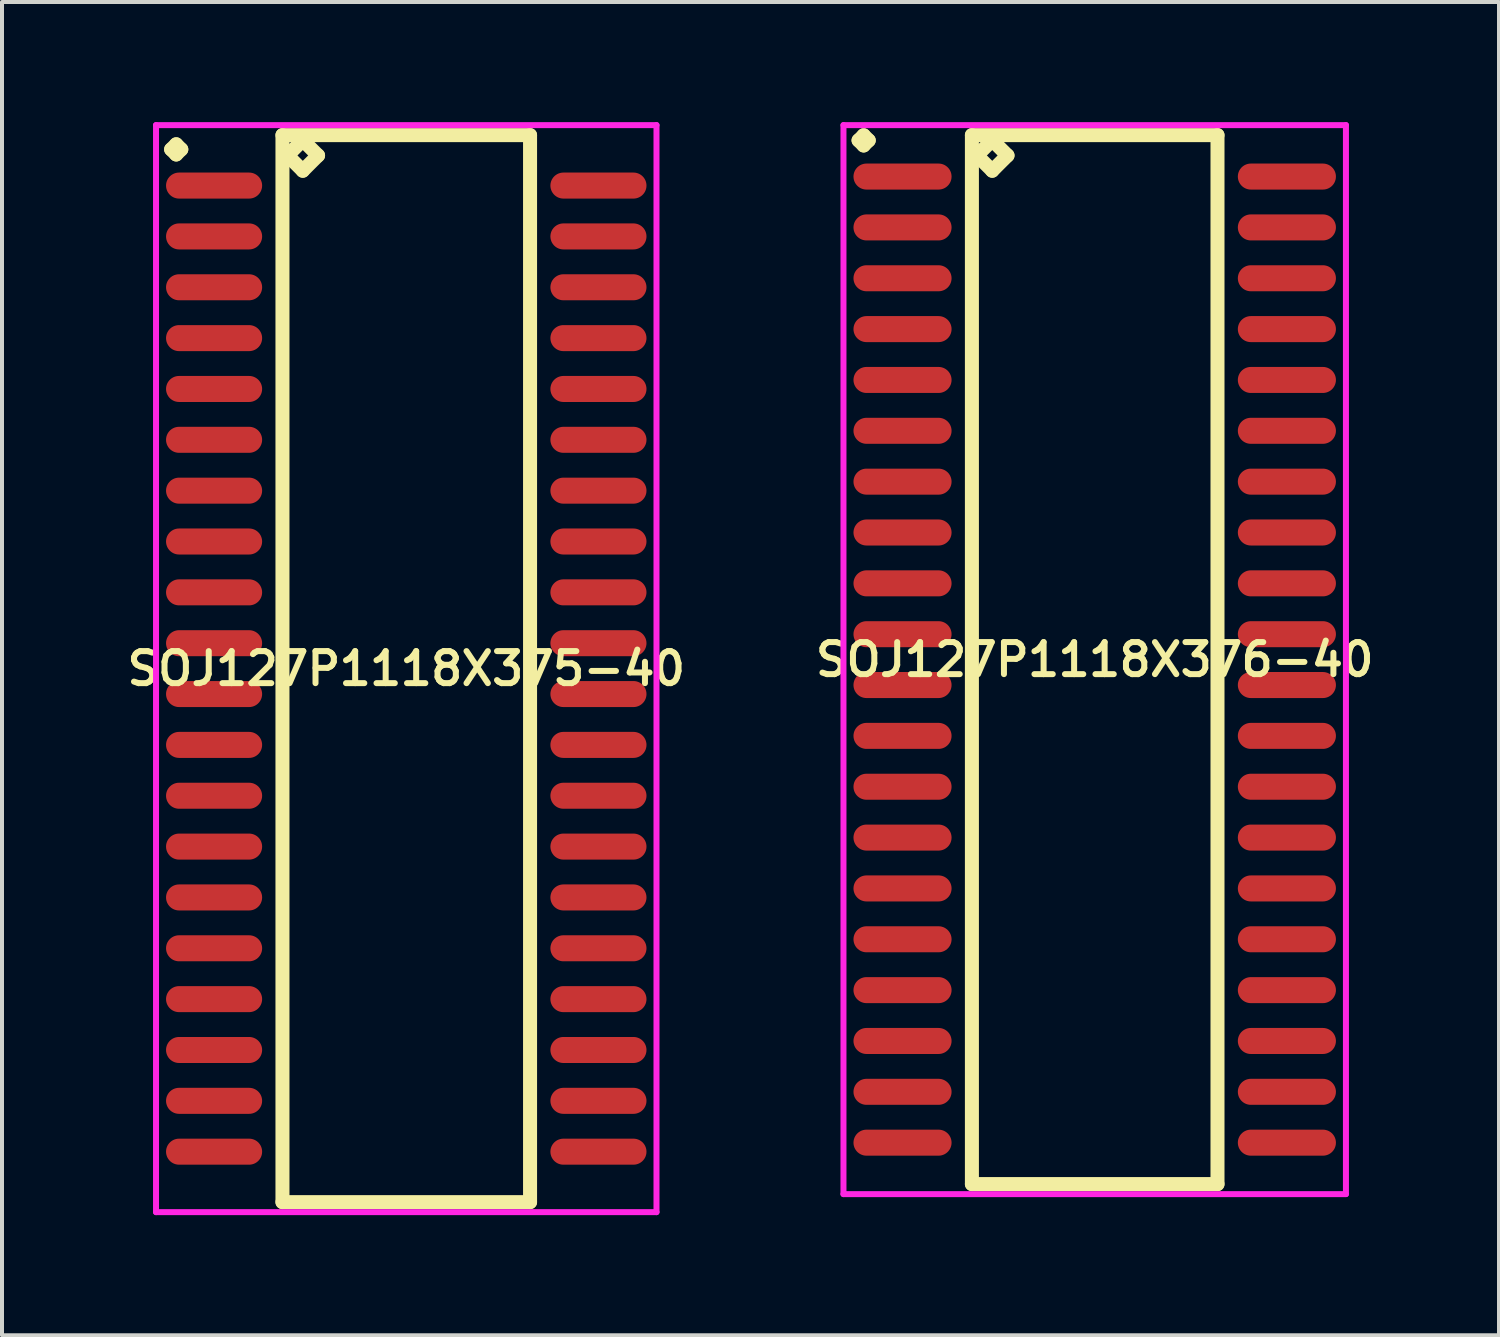
<source format=kicad_pcb>
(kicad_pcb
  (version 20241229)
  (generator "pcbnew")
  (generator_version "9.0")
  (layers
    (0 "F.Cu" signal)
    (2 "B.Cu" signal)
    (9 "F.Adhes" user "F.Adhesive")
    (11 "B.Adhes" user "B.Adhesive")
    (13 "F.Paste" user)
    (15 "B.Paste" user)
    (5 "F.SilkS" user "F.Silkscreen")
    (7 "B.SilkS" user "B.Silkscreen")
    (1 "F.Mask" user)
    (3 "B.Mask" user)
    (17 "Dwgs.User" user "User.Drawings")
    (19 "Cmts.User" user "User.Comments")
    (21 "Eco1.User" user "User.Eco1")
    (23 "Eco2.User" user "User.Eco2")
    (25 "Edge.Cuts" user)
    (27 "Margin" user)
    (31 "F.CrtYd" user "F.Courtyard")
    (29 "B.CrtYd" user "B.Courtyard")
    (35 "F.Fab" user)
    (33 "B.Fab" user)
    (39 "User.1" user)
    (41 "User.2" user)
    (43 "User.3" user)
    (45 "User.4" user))
  (footprint "SOJ127P1118X376-40"
    (layer "F.Cu")
    (at 24.292 13.425)
    (property "Reference" "SOJ127P1118X376-40" (at 0 0 0) (layer "F.SilkS") (effects (font (size 0.8 0.8) (thickness 0.15))))
    (attr smd)
    (fp_line (start -5.898 -12.969) (end -5.771 -13.096) (stroke (width 0.35) (type solid)) (layer "F.SilkS"))
    (fp_line (start -5.771 -13.096) (end -5.644 -12.969) (stroke (width 0.35) (type solid)) (layer "F.SilkS"))
    (fp_line (start -5.771 -12.842) (end -5.898 -12.969) (stroke (width 0.35) (type solid)) (layer "F.SilkS"))
    (fp_line (start -5.644 -12.969) (end -5.771 -12.842) (stroke (width 0.35) (type solid)) (layer "F.SilkS"))
    (fp_line (start -3.067 -13.1) (end -3.067 13.1) (stroke (width 0.35) (type solid)) (layer "F.SilkS"))
    (fp_line (start -3.067 13.1) (end 3.067 13.1) (stroke (width 0.35) (type solid)) (layer "F.SilkS"))
    (fp_line (start -2.94 -12.592) (end -2.559 -12.973) (stroke (width 0.35) (type solid)) (layer "F.SilkS"))
    (fp_line (start -2.559 -12.973) (end -2.178 -12.592) (stroke (width 0.35) (type solid)) (layer "F.SilkS"))
    (fp_line (start -2.559 -12.211) (end -2.94 -12.592) (stroke (width 0.35) (type solid)) (layer "F.SilkS"))
    (fp_line (start -2.178 -12.592) (end -2.559 -12.211) (stroke (width 0.35) (type solid)) (layer "F.SilkS"))
    (fp_line (start 3.067 -13.1) (end -3.067 -13.1) (stroke (width 0.35) (type solid)) (layer "F.SilkS"))
    (fp_line (start 3.067 13.1) (end 3.067 -13.1) (stroke (width 0.35) (type solid)) (layer "F.SilkS"))
    (fp_line (start -6.275 -13.35) (end 6.275 -13.35) (stroke (width 0.15) (type solid)) (layer "F.CrtYd"))
    (fp_line (start -6.275 13.35) (end -6.275 -13.35) (stroke (width 0.15) (type solid)) (layer "F.CrtYd"))
    (fp_line (start 6.275 -13.35) (end 6.275 13.35) (stroke (width 0.15) (type solid)) (layer "F.CrtYd"))
    (fp_line (start 6.275 13.35) (end -6.275 13.35) (stroke (width 0.15) (type solid)) (layer "F.CrtYd"))
    (pad "1" smd oval (at -4.8 -12.065) (size 2.45 0.65) (layers "F.Cu" "F.Mask" "F.Paste"))
    (pad "2" smd oval (at -4.8 -10.795) (size 2.45 0.65) (layers "F.Cu" "F.Mask" "F.Paste"))
    (pad "3" smd oval (at -4.8 -9.525) (size 2.45 0.65) (layers "F.Cu" "F.Mask" "F.Paste"))
    (pad "4" smd oval (at -4.8 -8.255) (size 2.45 0.65) (layers "F.Cu" "F.Mask" "F.Paste"))
    (pad "5" smd oval (at -4.8 -6.985) (size 2.45 0.65) (layers "F.Cu" "F.Mask" "F.Paste"))
    (pad "6" smd oval (at -4.8 -5.715) (size 2.45 0.65) (layers "F.Cu" "F.Mask" "F.Paste"))
    (pad "7" smd oval (at -4.8 -4.445) (size 2.45 0.65) (layers "F.Cu" "F.Mask" "F.Paste"))
    (pad "8" smd oval (at -4.8 -3.175) (size 2.45 0.65) (layers "F.Cu" "F.Mask" "F.Paste"))
    (pad "9" smd oval (at -4.8 -1.905) (size 2.45 0.65) (layers "F.Cu" "F.Mask" "F.Paste"))
    (pad "10" smd oval (at -4.8 -0.635) (size 2.45 0.65) (layers "F.Cu" "F.Mask" "F.Paste"))
    (pad "11" smd oval (at -4.8 0.635) (size 2.45 0.65) (layers "F.Cu" "F.Mask" "F.Paste"))
    (pad "12" smd oval (at -4.8 1.905) (size 2.45 0.65) (layers "F.Cu" "F.Mask" "F.Paste"))
    (pad "13" smd oval (at -4.8 3.175) (size 2.45 0.65) (layers "F.Cu" "F.Mask" "F.Paste"))
    (pad "14" smd oval (at -4.8 4.445) (size 2.45 0.65) (layers "F.Cu" "F.Mask" "F.Paste"))
    (pad "15" smd oval (at -4.8 5.715) (size 2.45 0.65) (layers "F.Cu" "F.Mask" "F.Paste"))
    (pad "16" smd oval (at -4.8 6.985) (size 2.45 0.65) (layers "F.Cu" "F.Mask" "F.Paste"))
    (pad "17" smd oval (at -4.8 8.255) (size 2.45 0.65) (layers "F.Cu" "F.Mask" "F.Paste"))
    (pad "18" smd oval (at -4.8 9.525) (size 2.45 0.65) (layers "F.Cu" "F.Mask" "F.Paste"))
    (pad "19" smd oval (at -4.8 10.795) (size 2.45 0.65) (layers "F.Cu" "F.Mask" "F.Paste"))
    (pad "20" smd oval (at -4.8 12.065) (size 2.45 0.65) (layers "F.Cu" "F.Mask" "F.Paste"))
    (pad "21" smd oval (at 4.8 12.065) (size 2.45 0.65) (layers "F.Cu" "F.Mask" "F.Paste"))
    (pad "22" smd oval (at 4.8 10.795) (size 2.45 0.65) (layers "F.Cu" "F.Mask" "F.Paste"))
    (pad "23" smd oval (at 4.8 9.525) (size 2.45 0.65) (layers "F.Cu" "F.Mask" "F.Paste"))
    (pad "24" smd oval (at 4.8 8.255) (size 2.45 0.65) (layers "F.Cu" "F.Mask" "F.Paste"))
    (pad "25" smd oval (at 4.8 6.985) (size 2.45 0.65) (layers "F.Cu" "F.Mask" "F.Paste"))
    (pad "26" smd oval (at 4.8 5.715) (size 2.45 0.65) (layers "F.Cu" "F.Mask" "F.Paste"))
    (pad "27" smd oval (at 4.8 4.445) (size 2.45 0.65) (layers "F.Cu" "F.Mask" "F.Paste"))
    (pad "28" smd oval (at 4.8 3.175) (size 2.45 0.65) (layers "F.Cu" "F.Mask" "F.Paste"))
    (pad "29" smd oval (at 4.8 1.905) (size 2.45 0.65) (layers "F.Cu" "F.Mask" "F.Paste"))
    (pad "30" smd oval (at 4.8 0.635) (size 2.45 0.65) (layers "F.Cu" "F.Mask" "F.Paste"))
    (pad "31" smd oval (at 4.8 -0.635) (size 2.45 0.65) (layers "F.Cu" "F.Mask" "F.Paste"))
    (pad "32" smd oval (at 4.8 -1.905) (size 2.45 0.65) (layers "F.Cu" "F.Mask" "F.Paste"))
    (pad "33" smd oval (at 4.8 -3.175) (size 2.45 0.65) (layers "F.Cu" "F.Mask" "F.Paste"))
    (pad "34" smd oval (at 4.8 -4.445) (size 2.45 0.65) (layers "F.Cu" "F.Mask" "F.Paste"))
    (pad "35" smd oval (at 4.8 -5.715) (size 2.45 0.65) (layers "F.Cu" "F.Mask" "F.Paste"))
    (pad "36" smd oval (at 4.8 -6.985) (size 2.45 0.65) (layers "F.Cu" "F.Mask" "F.Paste"))
    (pad "37" smd oval (at 4.8 -8.255) (size 2.45 0.65) (layers "F.Cu" "F.Mask" "F.Paste"))
    (pad "38" smd oval (at 4.8 -9.525) (size 2.45 0.65) (layers "F.Cu" "F.Mask" "F.Paste"))
    (pad "39" smd oval (at 4.8 -10.795) (size 2.45 0.65) (layers "F.Cu" "F.Mask" "F.Paste"))
    (pad "40" smd oval (at 4.8 -12.065) (size 2.45 0.65) (layers "F.Cu" "F.Mask" "F.Paste")))
  (footprint "SOJ127P1118X375-40"
    (layer "F.Cu")
    (at 7.097 13.65)
    (property "Reference" "SOJ127P1118X375-40" (at 0 0 0) (layer "F.SilkS") (effects (font (size 0.8 0.8) (thickness 0.15))))
    (attr smd)
    (fp_line (start -5.873 -12.969) (end -5.746 -13.096) (stroke (width 0.35) (type solid)) (layer "F.SilkS"))
    (fp_line (start -5.746 -13.096) (end -5.619 -12.969) (stroke (width 0.35) (type solid)) (layer "F.SilkS"))
    (fp_line (start -5.746 -12.842) (end -5.873 -12.969) (stroke (width 0.35) (type solid)) (layer "F.SilkS"))
    (fp_line (start -5.619 -12.969) (end -5.746 -12.842) (stroke (width 0.35) (type solid)) (layer "F.SilkS"))
    (fp_line (start -3.092 -13.325) (end -3.092 13.325) (stroke (width 0.35) (type solid)) (layer "F.SilkS"))
    (fp_line (start -3.092 13.325) (end 3.092 13.325) (stroke (width 0.35) (type solid)) (layer "F.SilkS"))
    (fp_line (start -2.965 -12.817) (end -2.584 -13.198) (stroke (width 0.35) (type solid)) (layer "F.SilkS"))
    (fp_line (start -2.584 -13.198) (end -2.203 -12.817) (stroke (width 0.35) (type solid)) (layer "F.SilkS"))
    (fp_line (start -2.584 -12.436) (end -2.965 -12.817) (stroke (width 0.35) (type solid)) (layer "F.SilkS"))
    (fp_line (start -2.203 -12.817) (end -2.584 -12.436) (stroke (width 0.35) (type solid)) (layer "F.SilkS"))
    (fp_line (start 3.092 -13.325) (end -3.092 -13.325) (stroke (width 0.35) (type solid)) (layer "F.SilkS"))
    (fp_line (start 3.092 13.325) (end 3.092 -13.325) (stroke (width 0.35) (type solid)) (layer "F.SilkS"))
    (fp_line (start -6.25 -13.575) (end 6.25 -13.575) (stroke (width 0.15) (type solid)) (layer "F.CrtYd"))
    (fp_line (start -6.25 13.575) (end -6.25 -13.575) (stroke (width 0.15) (type solid)) (layer "F.CrtYd"))
    (fp_line (start 6.25 -13.575) (end 6.25 13.575) (stroke (width 0.15) (type solid)) (layer "F.CrtYd"))
    (fp_line (start 6.25 13.575) (end -6.25 13.575) (stroke (width 0.15) (type solid)) (layer "F.CrtYd"))
    (pad "1" smd oval (at -4.8 -12.065) (size 2.4 0.65) (layers "F.Cu" "F.Mask" "F.Paste"))
    (pad "2" smd oval (at -4.8 -10.795) (size 2.4 0.65) (layers "F.Cu" "F.Mask" "F.Paste"))
    (pad "3" smd oval (at -4.8 -9.525) (size 2.4 0.65) (layers "F.Cu" "F.Mask" "F.Paste"))
    (pad "4" smd oval (at -4.8 -8.255) (size 2.4 0.65) (layers "F.Cu" "F.Mask" "F.Paste"))
    (pad "5" smd oval (at -4.8 -6.985) (size 2.4 0.65) (layers "F.Cu" "F.Mask" "F.Paste"))
    (pad "6" smd oval (at -4.8 -5.715) (size 2.4 0.65) (layers "F.Cu" "F.Mask" "F.Paste"))
    (pad "7" smd oval (at -4.8 -4.445) (size 2.4 0.65) (layers "F.Cu" "F.Mask" "F.Paste"))
    (pad "8" smd oval (at -4.8 -3.175) (size 2.4 0.65) (layers "F.Cu" "F.Mask" "F.Paste"))
    (pad "9" smd oval (at -4.8 -1.905) (size 2.4 0.65) (layers "F.Cu" "F.Mask" "F.Paste"))
    (pad "10" smd oval (at -4.8 -0.635) (size 2.4 0.65) (layers "F.Cu" "F.Mask" "F.Paste"))
    (pad "11" smd oval (at -4.8 0.635) (size 2.4 0.65) (layers "F.Cu" "F.Mask" "F.Paste"))
    (pad "12" smd oval (at -4.8 1.905) (size 2.4 0.65) (layers "F.Cu" "F.Mask" "F.Paste"))
    (pad "13" smd oval (at -4.8 3.175) (size 2.4 0.65) (layers "F.Cu" "F.Mask" "F.Paste"))
    (pad "14" smd oval (at -4.8 4.445) (size 2.4 0.65) (layers "F.Cu" "F.Mask" "F.Paste"))
    (pad "15" smd oval (at -4.8 5.715) (size 2.4 0.65) (layers "F.Cu" "F.Mask" "F.Paste"))
    (pad "16" smd oval (at -4.8 6.985) (size 2.4 0.65) (layers "F.Cu" "F.Mask" "F.Paste"))
    (pad "17" smd oval (at -4.8 8.255) (size 2.4 0.65) (layers "F.Cu" "F.Mask" "F.Paste"))
    (pad "18" smd oval (at -4.8 9.525) (size 2.4 0.65) (layers "F.Cu" "F.Mask" "F.Paste"))
    (pad "19" smd oval (at -4.8 10.795) (size 2.4 0.65) (layers "F.Cu" "F.Mask" "F.Paste"))
    (pad "20" smd oval (at -4.8 12.065) (size 2.4 0.65) (layers "F.Cu" "F.Mask" "F.Paste"))
    (pad "21" smd oval (at 4.8 12.065) (size 2.4 0.65) (layers "F.Cu" "F.Mask" "F.Paste"))
    (pad "22" smd oval (at 4.8 10.795) (size 2.4 0.65) (layers "F.Cu" "F.Mask" "F.Paste"))
    (pad "23" smd oval (at 4.8 9.525) (size 2.4 0.65) (layers "F.Cu" "F.Mask" "F.Paste"))
    (pad "24" smd oval (at 4.8 8.255) (size 2.4 0.65) (layers "F.Cu" "F.Mask" "F.Paste"))
    (pad "25" smd oval (at 4.8 6.985) (size 2.4 0.65) (layers "F.Cu" "F.Mask" "F.Paste"))
    (pad "26" smd oval (at 4.8 5.715) (size 2.4 0.65) (layers "F.Cu" "F.Mask" "F.Paste"))
    (pad "27" smd oval (at 4.8 4.445) (size 2.4 0.65) (layers "F.Cu" "F.Mask" "F.Paste"))
    (pad "28" smd oval (at 4.8 3.175) (size 2.4 0.65) (layers "F.Cu" "F.Mask" "F.Paste"))
    (pad "29" smd oval (at 4.8 1.905) (size 2.4 0.65) (layers "F.Cu" "F.Mask" "F.Paste"))
    (pad "30" smd oval (at 4.8 0.635) (size 2.4 0.65) (layers "F.Cu" "F.Mask" "F.Paste"))
    (pad "31" smd oval (at 4.8 -0.635) (size 2.4 0.65) (layers "F.Cu" "F.Mask" "F.Paste"))
    (pad "32" smd oval (at 4.8 -1.905) (size 2.4 0.65) (layers "F.Cu" "F.Mask" "F.Paste"))
    (pad "33" smd oval (at 4.8 -3.175) (size 2.4 0.65) (layers "F.Cu" "F.Mask" "F.Paste"))
    (pad "34" smd oval (at 4.8 -4.445) (size 2.4 0.65) (layers "F.Cu" "F.Mask" "F.Paste"))
    (pad "35" smd oval (at 4.8 -5.715) (size 2.4 0.65) (layers "F.Cu" "F.Mask" "F.Paste"))
    (pad "36" smd oval (at 4.8 -6.985) (size 2.4 0.65) (layers "F.Cu" "F.Mask" "F.Paste"))
    (pad "37" smd oval (at 4.8 -8.255) (size 2.4 0.65) (layers "F.Cu" "F.Mask" "F.Paste"))
    (pad "38" smd oval (at 4.8 -9.525) (size 2.4 0.65) (layers "F.Cu" "F.Mask" "F.Paste"))
    (pad "39" smd oval (at 4.8 -10.795) (size 2.4 0.65) (layers "F.Cu" "F.Mask" "F.Paste"))
    (pad "40" smd oval (at 4.8 -12.065) (size 2.4 0.65) (layers "F.Cu" "F.Mask" "F.Paste")))
  (gr_rect
    (start -3 -3)
    (end 34.39 30.3)
    (stroke (width 0.1) (type default))
    (fill no)
    (layer "Edge.Cuts")))
</source>
